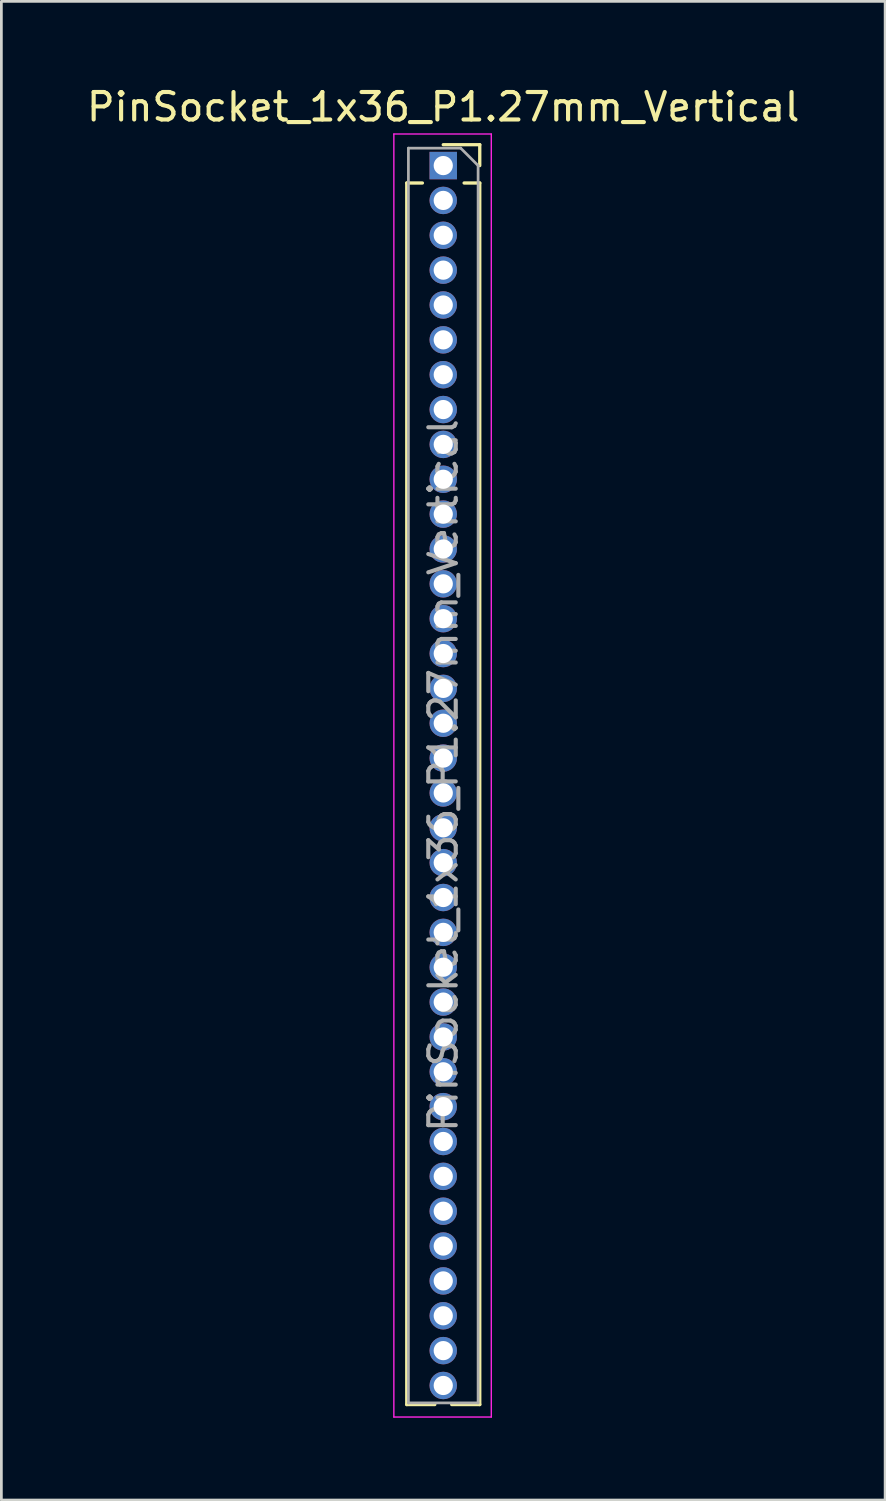
<source format=kicad_pcb>
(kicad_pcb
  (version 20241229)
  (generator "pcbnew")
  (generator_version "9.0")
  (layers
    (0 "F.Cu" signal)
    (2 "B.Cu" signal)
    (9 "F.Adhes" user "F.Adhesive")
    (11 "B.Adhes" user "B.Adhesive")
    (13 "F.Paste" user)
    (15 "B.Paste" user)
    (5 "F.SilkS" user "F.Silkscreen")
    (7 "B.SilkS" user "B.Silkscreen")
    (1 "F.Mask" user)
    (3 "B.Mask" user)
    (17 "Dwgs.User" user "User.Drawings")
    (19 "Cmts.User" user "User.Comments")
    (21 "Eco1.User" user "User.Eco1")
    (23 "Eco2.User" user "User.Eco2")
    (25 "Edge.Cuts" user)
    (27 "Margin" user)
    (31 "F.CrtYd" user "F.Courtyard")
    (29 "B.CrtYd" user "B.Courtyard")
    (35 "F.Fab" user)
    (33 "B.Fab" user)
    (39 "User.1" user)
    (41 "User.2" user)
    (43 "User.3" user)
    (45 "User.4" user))
  (footprint "PinSocket_1x36_P1.27mm_Vertical"
    (layer "F.Cu")
    (at 13.101 2.983)
    (property "Reference" "PinSocket_1x36_P1.27mm_Vertical" (at 0 -2.135 0) (layer "F.SilkS") (effects (font (size 1 1) (thickness 0.15))))
    (attr through_hole)
    (fp_line (start -1.33 0.635) (end -1.33 45.145) (stroke (width 0.12) (type solid)) (layer "F.SilkS"))
    (fp_line (start -1.33 0.635) (end -0.76 0.635) (stroke (width 0.12) (type solid)) (layer "F.SilkS"))
    (fp_line (start -1.33 45.145) (end -0.308 45.145) (stroke (width 0.12) (type solid)) (layer "F.SilkS"))
    (fp_line (start 0 -0.76) (end 1.33 -0.76) (stroke (width 0.12) (type solid)) (layer "F.SilkS"))
    (fp_line (start 0.308 45.145) (end 1.33 45.145) (stroke (width 0.12) (type solid)) (layer "F.SilkS"))
    (fp_line (start 0.76 0.635) (end 1.33 0.635) (stroke (width 0.12) (type solid)) (layer "F.SilkS"))
    (fp_line (start 1.33 -0.76) (end 1.33 0) (stroke (width 0.12) (type solid)) (layer "F.SilkS"))
    (fp_line (start 1.33 0.635) (end 1.33 45.145) (stroke (width 0.12) (type solid)) (layer "F.SilkS"))
    (fp_line (start -1.8 -1.15) (end 1.75 -1.15) (stroke (width 0.05) (type solid)) (layer "F.CrtYd"))
    (fp_line (start -1.8 45.6) (end -1.8 -1.15) (stroke (width 0.05) (type solid)) (layer "F.CrtYd"))
    (fp_line (start 1.75 -1.15) (end 1.75 45.6) (stroke (width 0.05) (type solid)) (layer "F.CrtYd"))
    (fp_line (start 1.75 45.6) (end -1.8 45.6) (stroke (width 0.05) (type solid)) (layer "F.CrtYd"))
    (fp_line (start -1.27 -0.635) (end 0.635 -0.635) (stroke (width 0.1) (type solid)) (layer "F.Fab"))
    (fp_line (start -1.27 45.085) (end -1.27 -0.635) (stroke (width 0.1) (type solid)) (layer "F.Fab"))
    (fp_line (start 0.635 -0.635) (end 1.27 0) (stroke (width 0.1) (type solid)) (layer "F.Fab"))
    (fp_line (start 1.27 0) (end 1.27 45.085) (stroke (width 0.1) (type solid)) (layer "F.Fab"))
    (fp_line (start 1.27 45.085) (end -1.27 45.085) (stroke (width 0.1) (type solid)) (layer "F.Fab"))
    (fp_text user "${REFERENCE}" (at 0 22.225 90) (layer "F.Fab") (effects (font (size 1 1) (thickness 0.15))))
    (pad "1" thru_hole rect (at 0 0) (size 1 1) (drill 0.7) (layers "*.Cu" "*.Mask"))
    (pad "2" thru_hole circle (at 0 1.27) (size 1 1) (drill 0.7) (layers "*.Cu" "*.Mask"))
    (pad "3" thru_hole circle (at 0 2.54) (size 1 1) (drill 0.7) (layers "*.Cu" "*.Mask"))
    (pad "4" thru_hole circle (at 0 3.81) (size 1 1) (drill 0.7) (layers "*.Cu" "*.Mask"))
    (pad "5" thru_hole circle (at 0 5.08) (size 1 1) (drill 0.7) (layers "*.Cu" "*.Mask"))
    (pad "6" thru_hole circle (at 0 6.35) (size 1 1) (drill 0.7) (layers "*.Cu" "*.Mask"))
    (pad "7" thru_hole circle (at 0 7.62) (size 1 1) (drill 0.7) (layers "*.Cu" "*.Mask"))
    (pad "8" thru_hole circle (at 0 8.89) (size 1 1) (drill 0.7) (layers "*.Cu" "*.Mask"))
    (pad "9" thru_hole circle (at 0 10.16) (size 1 1) (drill 0.7) (layers "*.Cu" "*.Mask"))
    (pad "10" thru_hole circle (at 0 11.43) (size 1 1) (drill 0.7) (layers "*.Cu" "*.Mask"))
    (pad "11" thru_hole circle (at 0 12.7) (size 1 1) (drill 0.7) (layers "*.Cu" "*.Mask"))
    (pad "12" thru_hole circle (at 0 13.97) (size 1 1) (drill 0.7) (layers "*.Cu" "*.Mask"))
    (pad "13" thru_hole circle (at 0 15.24) (size 1 1) (drill 0.7) (layers "*.Cu" "*.Mask"))
    (pad "14" thru_hole circle (at 0 16.51) (size 1 1) (drill 0.7) (layers "*.Cu" "*.Mask"))
    (pad "15" thru_hole circle (at 0 17.78) (size 1 1) (drill 0.7) (layers "*.Cu" "*.Mask"))
    (pad "16" thru_hole circle (at 0 19.05) (size 1 1) (drill 0.7) (layers "*.Cu" "*.Mask"))
    (pad "17" thru_hole circle (at 0 20.32) (size 1 1) (drill 0.7) (layers "*.Cu" "*.Mask"))
    (pad "18" thru_hole circle (at 0 21.59) (size 1 1) (drill 0.7) (layers "*.Cu" "*.Mask"))
    (pad "19" thru_hole circle (at 0 22.86) (size 1 1) (drill 0.7) (layers "*.Cu" "*.Mask"))
    (pad "20" thru_hole circle (at 0 24.13) (size 1 1) (drill 0.7) (layers "*.Cu" "*.Mask"))
    (pad "21" thru_hole circle (at 0 25.4) (size 1 1) (drill 0.7) (layers "*.Cu" "*.Mask"))
    (pad "22" thru_hole circle (at 0 26.67) (size 1 1) (drill 0.7) (layers "*.Cu" "*.Mask"))
    (pad "23" thru_hole circle (at 0 27.94) (size 1 1) (drill 0.7) (layers "*.Cu" "*.Mask"))
    (pad "24" thru_hole circle (at 0 29.21) (size 1 1) (drill 0.7) (layers "*.Cu" "*.Mask"))
    (pad "25" thru_hole circle (at 0 30.48) (size 1 1) (drill 0.7) (layers "*.Cu" "*.Mask"))
    (pad "26" thru_hole circle (at 0 31.75) (size 1 1) (drill 0.7) (layers "*.Cu" "*.Mask"))
    (pad "27" thru_hole circle (at 0 33.02) (size 1 1) (drill 0.7) (layers "*.Cu" "*.Mask"))
    (pad "28" thru_hole circle (at 0 34.29) (size 1 1) (drill 0.7) (layers "*.Cu" "*.Mask"))
    (pad "29" thru_hole circle (at 0 35.56) (size 1 1) (drill 0.7) (layers "*.Cu" "*.Mask"))
    (pad "30" thru_hole circle (at 0 36.83) (size 1 1) (drill 0.7) (layers "*.Cu" "*.Mask"))
    (pad "31" thru_hole circle (at 0 38.1) (size 1 1) (drill 0.7) (layers "*.Cu" "*.Mask"))
    (pad "32" thru_hole circle (at 0 39.37) (size 1 1) (drill 0.7) (layers "*.Cu" "*.Mask"))
    (pad "33" thru_hole circle (at 0 40.64) (size 1 1) (drill 0.7) (layers "*.Cu" "*.Mask"))
    (pad "34" thru_hole circle (at 0 41.91) (size 1 1) (drill 0.7) (layers "*.Cu" "*.Mask"))
    (pad "35" thru_hole circle (at 0 43.18) (size 1 1) (drill 0.7) (layers "*.Cu" "*.Mask"))
    (pad "36" thru_hole circle (at 0 44.45) (size 1 1) (drill 0.7) (layers "*.Cu" "*.Mask")))
  (gr_rect
    (start -3 -3)
    (end 29.202 51.608)
    (stroke (width 0.1) (type default))
    (fill no)
    (layer "Edge.Cuts")))
</source>
